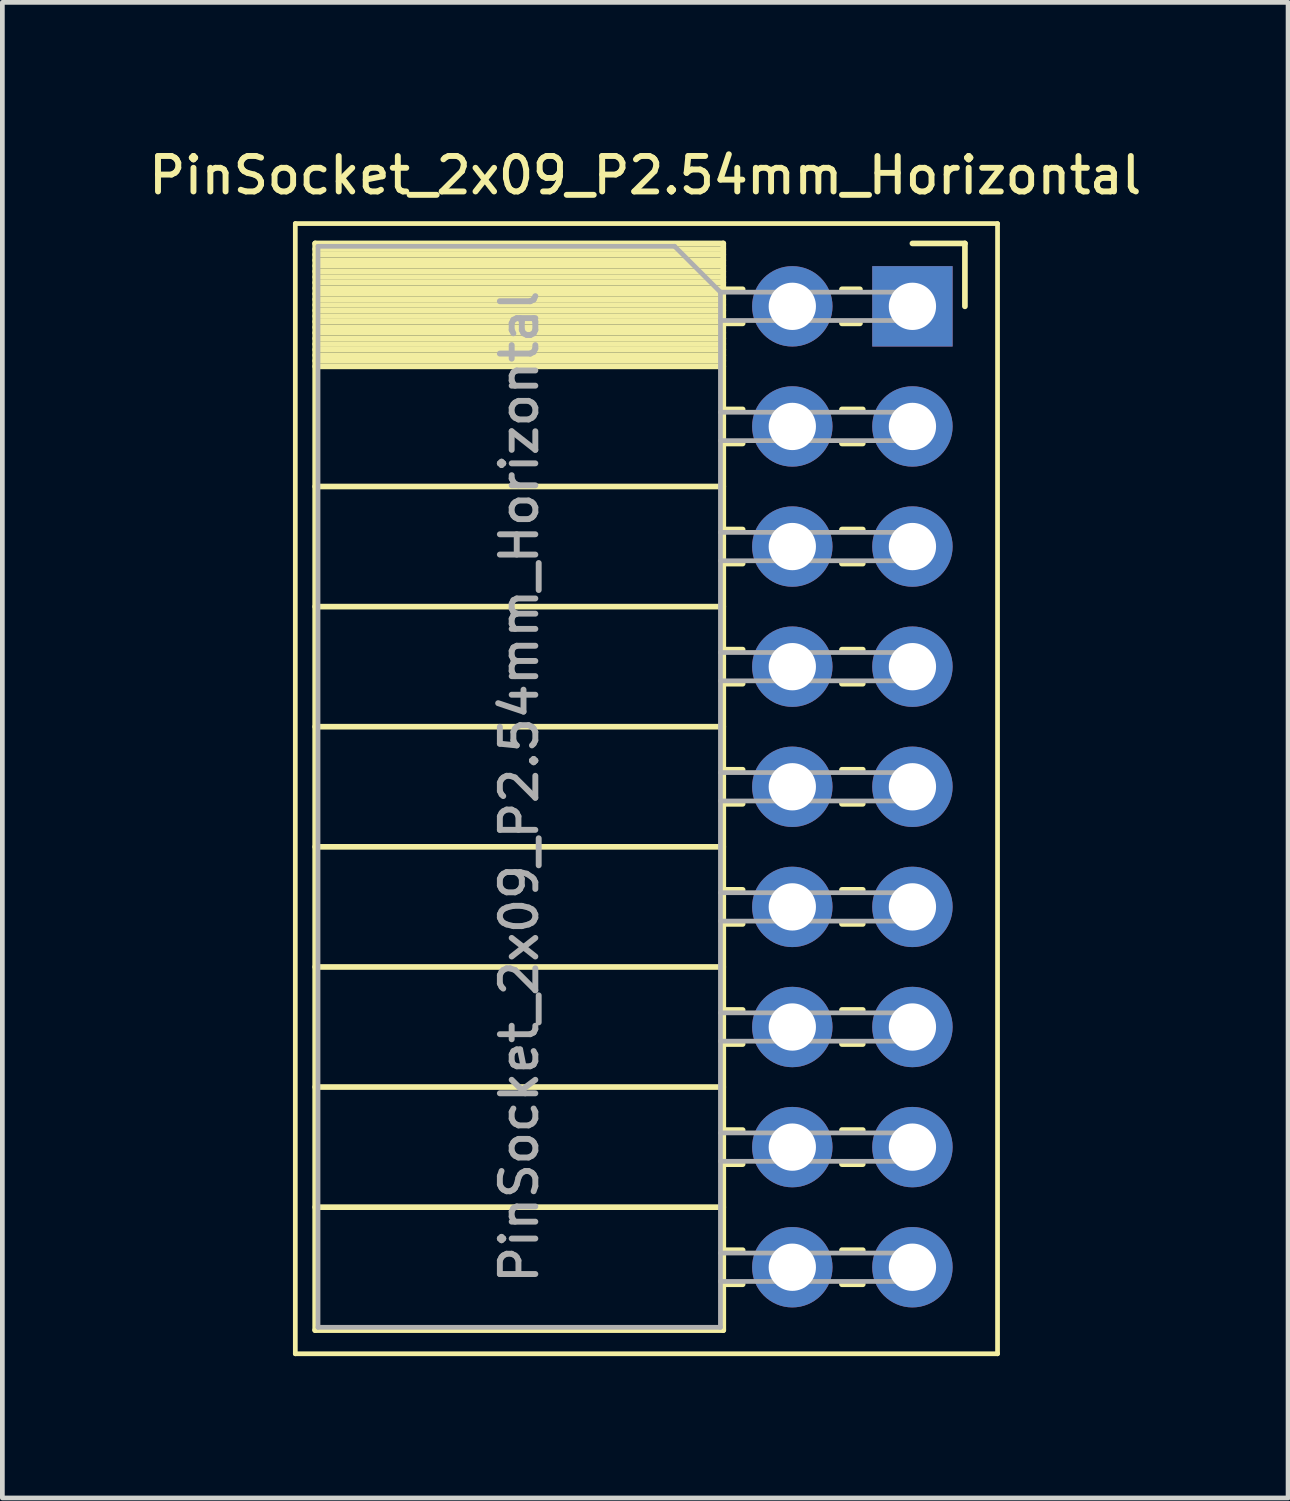
<source format=kicad_pcb>
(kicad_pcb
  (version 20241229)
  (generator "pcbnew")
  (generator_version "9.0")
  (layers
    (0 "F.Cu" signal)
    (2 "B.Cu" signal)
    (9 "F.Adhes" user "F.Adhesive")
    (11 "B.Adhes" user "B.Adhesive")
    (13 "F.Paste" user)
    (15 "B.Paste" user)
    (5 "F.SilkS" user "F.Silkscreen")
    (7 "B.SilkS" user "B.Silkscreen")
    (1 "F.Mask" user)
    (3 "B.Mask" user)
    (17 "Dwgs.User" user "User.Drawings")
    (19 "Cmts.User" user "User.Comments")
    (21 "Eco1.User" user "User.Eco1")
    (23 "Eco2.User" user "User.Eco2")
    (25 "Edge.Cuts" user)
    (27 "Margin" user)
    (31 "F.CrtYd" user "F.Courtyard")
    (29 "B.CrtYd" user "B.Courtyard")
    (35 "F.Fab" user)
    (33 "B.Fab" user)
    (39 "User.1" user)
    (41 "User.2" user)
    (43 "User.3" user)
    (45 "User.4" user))
  (footprint "PinSocket_2x09_P2.54mm_Horizontal"
    (layer "F.Cu")
    (at 16.245 3.428)
    (property "Reference" "PinSocket_2x09_P2.54mm_Horizontal" (at -5.65 -2.77 0) (layer "F.SilkS") (effects (font (size 0.75 0.75) (thickness 0.125))))
    (attr through_hole)
    (fp_line (start -13.05 -1.75) (end -13.05 22.15) (stroke (width 0.1) (type solid)) (layer "F.SilkS"))
    (fp_line (start -13.05 22.15) (end 1.8 22.15) (stroke (width 0.1) (type solid)) (layer "F.SilkS"))
    (fp_line (start -12.63 -1.33) (end -12.63 21.65) (stroke (width 0.12) (type solid)) (layer "F.SilkS"))
    (fp_line (start -12.63 -1.33) (end -4 -1.33) (stroke (width 0.12) (type solid)) (layer "F.SilkS"))
    (fp_line (start -12.63 -1.21) (end -4 -1.21) (stroke (width 0.12) (type solid)) (layer "F.SilkS"))
    (fp_line (start -12.63 -1.092) (end -4 -1.092) (stroke (width 0.12) (type solid)) (layer "F.SilkS"))
    (fp_line (start -12.63 -0.974) (end -4 -0.974) (stroke (width 0.12) (type solid)) (layer "F.SilkS"))
    (fp_line (start -12.63 -0.856) (end -4 -0.856) (stroke (width 0.12) (type solid)) (layer "F.SilkS"))
    (fp_line (start -12.63 -0.738) (end -4 -0.738) (stroke (width 0.12) (type solid)) (layer "F.SilkS"))
    (fp_line (start -12.63 -0.62) (end -4 -0.62) (stroke (width 0.12) (type solid)) (layer "F.SilkS"))
    (fp_line (start -12.63 -0.501) (end -4 -0.501) (stroke (width 0.12) (type solid)) (layer "F.SilkS"))
    (fp_line (start -12.63 -0.383) (end -4 -0.383) (stroke (width 0.12) (type solid)) (layer "F.SilkS"))
    (fp_line (start -12.63 -0.265) (end -4 -0.265) (stroke (width 0.12) (type solid)) (layer "F.SilkS"))
    (fp_line (start -12.63 -0.147) (end -4 -0.147) (stroke (width 0.12) (type solid)) (layer "F.SilkS"))
    (fp_line (start -12.63 -0.029) (end -4 -0.029) (stroke (width 0.12) (type solid)) (layer "F.SilkS"))
    (fp_line (start -12.63 0.089) (end -4 0.089) (stroke (width 0.12) (type solid)) (layer "F.SilkS"))
    (fp_line (start -12.63 0.207) (end -4 0.207) (stroke (width 0.12) (type solid)) (layer "F.SilkS"))
    (fp_line (start -12.63 0.325) (end -4 0.325) (stroke (width 0.12) (type solid)) (layer "F.SilkS"))
    (fp_line (start -12.63 0.443) (end -4 0.443) (stroke (width 0.12) (type solid)) (layer "F.SilkS"))
    (fp_line (start -12.63 0.561) (end -4 0.561) (stroke (width 0.12) (type solid)) (layer "F.SilkS"))
    (fp_line (start -12.63 0.68) (end -4 0.68) (stroke (width 0.12) (type solid)) (layer "F.SilkS"))
    (fp_line (start -12.63 0.798) (end -4 0.798) (stroke (width 0.12) (type solid)) (layer "F.SilkS"))
    (fp_line (start -12.63 0.916) (end -4 0.916) (stroke (width 0.12) (type solid)) (layer "F.SilkS"))
    (fp_line (start -12.63 1.034) (end -4 1.034) (stroke (width 0.12) (type solid)) (layer "F.SilkS"))
    (fp_line (start -12.63 1.152) (end -4 1.152) (stroke (width 0.12) (type solid)) (layer "F.SilkS"))
    (fp_line (start -12.63 1.27) (end -4 1.27) (stroke (width 0.12) (type solid)) (layer "F.SilkS"))
    (fp_line (start -12.63 3.81) (end -4 3.81) (stroke (width 0.12) (type solid)) (layer "F.SilkS"))
    (fp_line (start -12.63 6.35) (end -4 6.35) (stroke (width 0.12) (type solid)) (layer "F.SilkS"))
    (fp_line (start -12.63 8.89) (end -4 8.89) (stroke (width 0.12) (type solid)) (layer "F.SilkS"))
    (fp_line (start -12.63 11.43) (end -4 11.43) (stroke (width 0.12) (type solid)) (layer "F.SilkS"))
    (fp_line (start -12.63 13.97) (end -4 13.97) (stroke (width 0.12) (type solid)) (layer "F.SilkS"))
    (fp_line (start -12.63 16.51) (end -4 16.51) (stroke (width 0.12) (type solid)) (layer "F.SilkS"))
    (fp_line (start -12.63 19.05) (end -4 19.05) (stroke (width 0.12) (type solid)) (layer "F.SilkS"))
    (fp_line (start -12.63 21.65) (end -4 21.65) (stroke (width 0.12) (type solid)) (layer "F.SilkS"))
    (fp_line (start -4 -1.33) (end -4 21.65) (stroke (width 0.12) (type solid)) (layer "F.SilkS"))
    (fp_line (start -4 -0.36) (end -3.59 -0.36) (stroke (width 0.12) (type solid)) (layer "F.SilkS"))
    (fp_line (start -4 0.36) (end -3.59 0.36) (stroke (width 0.12) (type solid)) (layer "F.SilkS"))
    (fp_line (start -4 2.18) (end -3.59 2.18) (stroke (width 0.12) (type solid)) (layer "F.SilkS"))
    (fp_line (start -4 2.9) (end -3.59 2.9) (stroke (width 0.12) (type solid)) (layer "F.SilkS"))
    (fp_line (start -4 4.72) (end -3.59 4.72) (stroke (width 0.12) (type solid)) (layer "F.SilkS"))
    (fp_line (start -4 5.44) (end -3.59 5.44) (stroke (width 0.12) (type solid)) (layer "F.SilkS"))
    (fp_line (start -4 7.26) (end -3.59 7.26) (stroke (width 0.12) (type solid)) (layer "F.SilkS"))
    (fp_line (start -4 7.98) (end -3.59 7.98) (stroke (width 0.12) (type solid)) (layer "F.SilkS"))
    (fp_line (start -4 9.8) (end -3.59 9.8) (stroke (width 0.12) (type solid)) (layer "F.SilkS"))
    (fp_line (start -4 10.52) (end -3.59 10.52) (stroke (width 0.12) (type solid)) (layer "F.SilkS"))
    (fp_line (start -4 12.34) (end -3.59 12.34) (stroke (width 0.12) (type solid)) (layer "F.SilkS"))
    (fp_line (start -4 13.06) (end -3.59 13.06) (stroke (width 0.12) (type solid)) (layer "F.SilkS"))
    (fp_line (start -4 14.88) (end -3.59 14.88) (stroke (width 0.12) (type solid)) (layer "F.SilkS"))
    (fp_line (start -4 15.6) (end -3.59 15.6) (stroke (width 0.12) (type solid)) (layer "F.SilkS"))
    (fp_line (start -4 17.42) (end -3.59 17.42) (stroke (width 0.12) (type solid)) (layer "F.SilkS"))
    (fp_line (start -4 18.14) (end -3.59 18.14) (stroke (width 0.12) (type solid)) (layer "F.SilkS"))
    (fp_line (start -4 19.96) (end -3.59 19.96) (stroke (width 0.12) (type solid)) (layer "F.SilkS"))
    (fp_line (start -4 20.68) (end -3.59 20.68) (stroke (width 0.12) (type solid)) (layer "F.SilkS"))
    (fp_line (start -1.49 -0.36) (end -1.11 -0.36) (stroke (width 0.12) (type solid)) (layer "F.SilkS"))
    (fp_line (start -1.49 0.36) (end -1.11 0.36) (stroke (width 0.12) (type solid)) (layer "F.SilkS"))
    (fp_line (start -1.49 2.18) (end -1.05 2.18) (stroke (width 0.12) (type solid)) (layer "F.SilkS"))
    (fp_line (start -1.49 2.9) (end -1.05 2.9) (stroke (width 0.12) (type solid)) (layer "F.SilkS"))
    (fp_line (start -1.49 4.72) (end -1.05 4.72) (stroke (width 0.12) (type solid)) (layer "F.SilkS"))
    (fp_line (start -1.49 5.44) (end -1.05 5.44) (stroke (width 0.12) (type solid)) (layer "F.SilkS"))
    (fp_line (start -1.49 7.26) (end -1.05 7.26) (stroke (width 0.12) (type solid)) (layer "F.SilkS"))
    (fp_line (start -1.49 7.98) (end -1.05 7.98) (stroke (width 0.12) (type solid)) (layer "F.SilkS"))
    (fp_line (start -1.49 9.8) (end -1.05 9.8) (stroke (width 0.12) (type solid)) (layer "F.SilkS"))
    (fp_line (start -1.49 10.52) (end -1.05 10.52) (stroke (width 0.12) (type solid)) (layer "F.SilkS"))
    (fp_line (start -1.49 12.34) (end -1.05 12.34) (stroke (width 0.12) (type solid)) (layer "F.SilkS"))
    (fp_line (start -1.49 13.06) (end -1.05 13.06) (stroke (width 0.12) (type solid)) (layer "F.SilkS"))
    (fp_line (start -1.49 14.88) (end -1.05 14.88) (stroke (width 0.12) (type solid)) (layer "F.SilkS"))
    (fp_line (start -1.49 15.6) (end -1.05 15.6) (stroke (width 0.12) (type solid)) (layer "F.SilkS"))
    (fp_line (start -1.49 17.42) (end -1.05 17.42) (stroke (width 0.12) (type solid)) (layer "F.SilkS"))
    (fp_line (start -1.49 18.14) (end -1.05 18.14) (stroke (width 0.12) (type solid)) (layer "F.SilkS"))
    (fp_line (start -1.49 19.96) (end -1.05 19.96) (stroke (width 0.12) (type solid)) (layer "F.SilkS"))
    (fp_line (start -1.49 20.68) (end -1.05 20.68) (stroke (width 0.12) (type solid)) (layer "F.SilkS"))
    (fp_line (start 0 -1.33) (end 1.11 -1.33) (stroke (width 0.12) (type solid)) (layer "F.SilkS"))
    (fp_line (start 1.11 -1.33) (end 1.11 0) (stroke (width 0.12) (type solid)) (layer "F.SilkS"))
    (fp_line (start 1.8 -1.75) (end -13.05 -1.75) (stroke (width 0.1) (type solid)) (layer "F.SilkS"))
    (fp_line (start 1.8 22.15) (end 1.8 -1.75) (stroke (width 0.1) (type solid)) (layer "F.SilkS"))
    (fp_line (start -12.57 -1.27) (end -5.03 -1.27) (stroke (width 0.1) (type solid)) (layer "F.Fab"))
    (fp_line (start -12.57 21.59) (end -12.57 -1.27) (stroke (width 0.1) (type solid)) (layer "F.Fab"))
    (fp_line (start -5.03 -1.27) (end -4.06 -0.3) (stroke (width 0.1) (type solid)) (layer "F.Fab"))
    (fp_line (start -4.06 -0.3) (end -4.06 21.59) (stroke (width 0.1) (type solid)) (layer "F.Fab"))
    (fp_line (start -4.06 0.3) (end 0 0.3) (stroke (width 0.1) (type solid)) (layer "F.Fab"))
    (fp_line (start -4.06 2.84) (end 0 2.84) (stroke (width 0.1) (type solid)) (layer "F.Fab"))
    (fp_line (start -4.06 5.38) (end 0 5.38) (stroke (width 0.1) (type solid)) (layer "F.Fab"))
    (fp_line (start -4.06 7.92) (end 0 7.92) (stroke (width 0.1) (type solid)) (layer "F.Fab"))
    (fp_line (start -4.06 10.46) (end 0 10.46) (stroke (width 0.1) (type solid)) (layer "F.Fab"))
    (fp_line (start -4.06 13) (end 0 13) (stroke (width 0.1) (type solid)) (layer "F.Fab"))
    (fp_line (start -4.06 15.54) (end 0 15.54) (stroke (width 0.1) (type solid)) (layer "F.Fab"))
    (fp_line (start -4.06 18.08) (end 0 18.08) (stroke (width 0.1) (type solid)) (layer "F.Fab"))
    (fp_line (start -4.06 20.62) (end 0 20.62) (stroke (width 0.1) (type solid)) (layer "F.Fab"))
    (fp_line (start -4.06 21.59) (end -12.57 21.59) (stroke (width 0.1) (type solid)) (layer "F.Fab"))
    (fp_line (start 0 -0.3) (end -4.06 -0.3) (stroke (width 0.1) (type solid)) (layer "F.Fab"))
    (fp_line (start 0 0.3) (end 0 -0.3) (stroke (width 0.1) (type solid)) (layer "F.Fab"))
    (fp_line (start 0 2.24) (end -4.06 2.24) (stroke (width 0.1) (type solid)) (layer "F.Fab"))
    (fp_line (start 0 2.84) (end 0 2.24) (stroke (width 0.1) (type solid)) (layer "F.Fab"))
    (fp_line (start 0 4.78) (end -4.06 4.78) (stroke (width 0.1) (type solid)) (layer "F.Fab"))
    (fp_line (start 0 5.38) (end 0 4.78) (stroke (width 0.1) (type solid)) (layer "F.Fab"))
    (fp_line (start 0 7.32) (end -4.06 7.32) (stroke (width 0.1) (type solid)) (layer "F.Fab"))
    (fp_line (start 0 7.92) (end 0 7.32) (stroke (width 0.1) (type solid)) (layer "F.Fab"))
    (fp_line (start 0 9.86) (end -4.06 9.86) (stroke (width 0.1) (type solid)) (layer "F.Fab"))
    (fp_line (start 0 10.46) (end 0 9.86) (stroke (width 0.1) (type solid)) (layer "F.Fab"))
    (fp_line (start 0 12.4) (end -4.06 12.4) (stroke (width 0.1) (type solid)) (layer "F.Fab"))
    (fp_line (start 0 13) (end 0 12.4) (stroke (width 0.1) (type solid)) (layer "F.Fab"))
    (fp_line (start 0 14.94) (end -4.06 14.94) (stroke (width 0.1) (type solid)) (layer "F.Fab"))
    (fp_line (start 0 15.54) (end 0 14.94) (stroke (width 0.1) (type solid)) (layer "F.Fab"))
    (fp_line (start 0 17.48) (end -4.06 17.48) (stroke (width 0.1) (type solid)) (layer "F.Fab"))
    (fp_line (start 0 18.08) (end 0 17.48) (stroke (width 0.1) (type solid)) (layer "F.Fab"))
    (fp_line (start 0 20.02) (end -4.06 20.02) (stroke (width 0.1) (type solid)) (layer "F.Fab"))
    (fp_line (start 0 20.62) (end 0 20.02) (stroke (width 0.1) (type solid)) (layer "F.Fab"))
    (fp_text user "${REFERENCE}" (at -8.315 10.16 90) (layer "F.Fab") (effects (font (size 0.75 0.75) (thickness 0.125))))
    (pad "1" thru_hole rect (at 0 0) (size 1.7 1.7) (drill 1) (layers "*.Cu" "*.Mask"))
    (pad "2" thru_hole oval (at -2.54 0) (size 1.7 1.7) (drill 1) (layers "*.Cu" "*.Mask"))
    (pad "3" thru_hole oval (at 0 2.54) (size 1.7 1.7) (drill 1) (layers "*.Cu" "*.Mask"))
    (pad "4" thru_hole oval (at -2.54 2.54) (size 1.7 1.7) (drill 1) (layers "*.Cu" "*.Mask"))
    (pad "5" thru_hole oval (at 0 5.08) (size 1.7 1.7) (drill 1) (layers "*.Cu" "*.Mask"))
    (pad "6" thru_hole oval (at -2.54 5.08) (size 1.7 1.7) (drill 1) (layers "*.Cu" "*.Mask"))
    (pad "7" thru_hole oval (at 0 7.62) (size 1.7 1.7) (drill 1) (layers "*.Cu" "*.Mask"))
    (pad "8" thru_hole oval (at -2.54 7.62) (size 1.7 1.7) (drill 1) (layers "*.Cu" "*.Mask"))
    (pad "9" thru_hole oval (at 0 10.16) (size 1.7 1.7) (drill 1) (layers "*.Cu" "*.Mask"))
    (pad "10" thru_hole oval (at -2.54 10.16) (size 1.7 1.7) (drill 1) (layers "*.Cu" "*.Mask"))
    (pad "11" thru_hole oval (at 0 12.7) (size 1.7 1.7) (drill 1) (layers "*.Cu" "*.Mask"))
    (pad "12" thru_hole oval (at -2.54 12.7) (size 1.7 1.7) (drill 1) (layers "*.Cu" "*.Mask"))
    (pad "13" thru_hole oval (at 0 15.24) (size 1.7 1.7) (drill 1) (layers "*.Cu" "*.Mask"))
    (pad "14" thru_hole oval (at -2.54 15.24) (size 1.7 1.7) (drill 1) (layers "*.Cu" "*.Mask"))
    (pad "15" thru_hole oval (at 0 17.78) (size 1.7 1.7) (drill 1) (layers "*.Cu" "*.Mask"))
    (pad "16" thru_hole oval (at -2.54 17.78) (size 1.7 1.7) (drill 1) (layers "*.Cu" "*.Mask"))
    (pad "17" thru_hole oval (at 0 20.32) (size 1.7 1.7) (drill 1) (layers "*.Cu" "*.Mask"))
    (pad "18" thru_hole oval (at -2.54 20.32) (size 1.7 1.7) (drill 1) (layers "*.Cu" "*.Mask")))
  (gr_rect
    (start -3 -3)
    (end 24.189 28.628)
    (stroke (width 0.1) (type default))
    (fill no)
    (layer "Edge.Cuts")))
</source>
